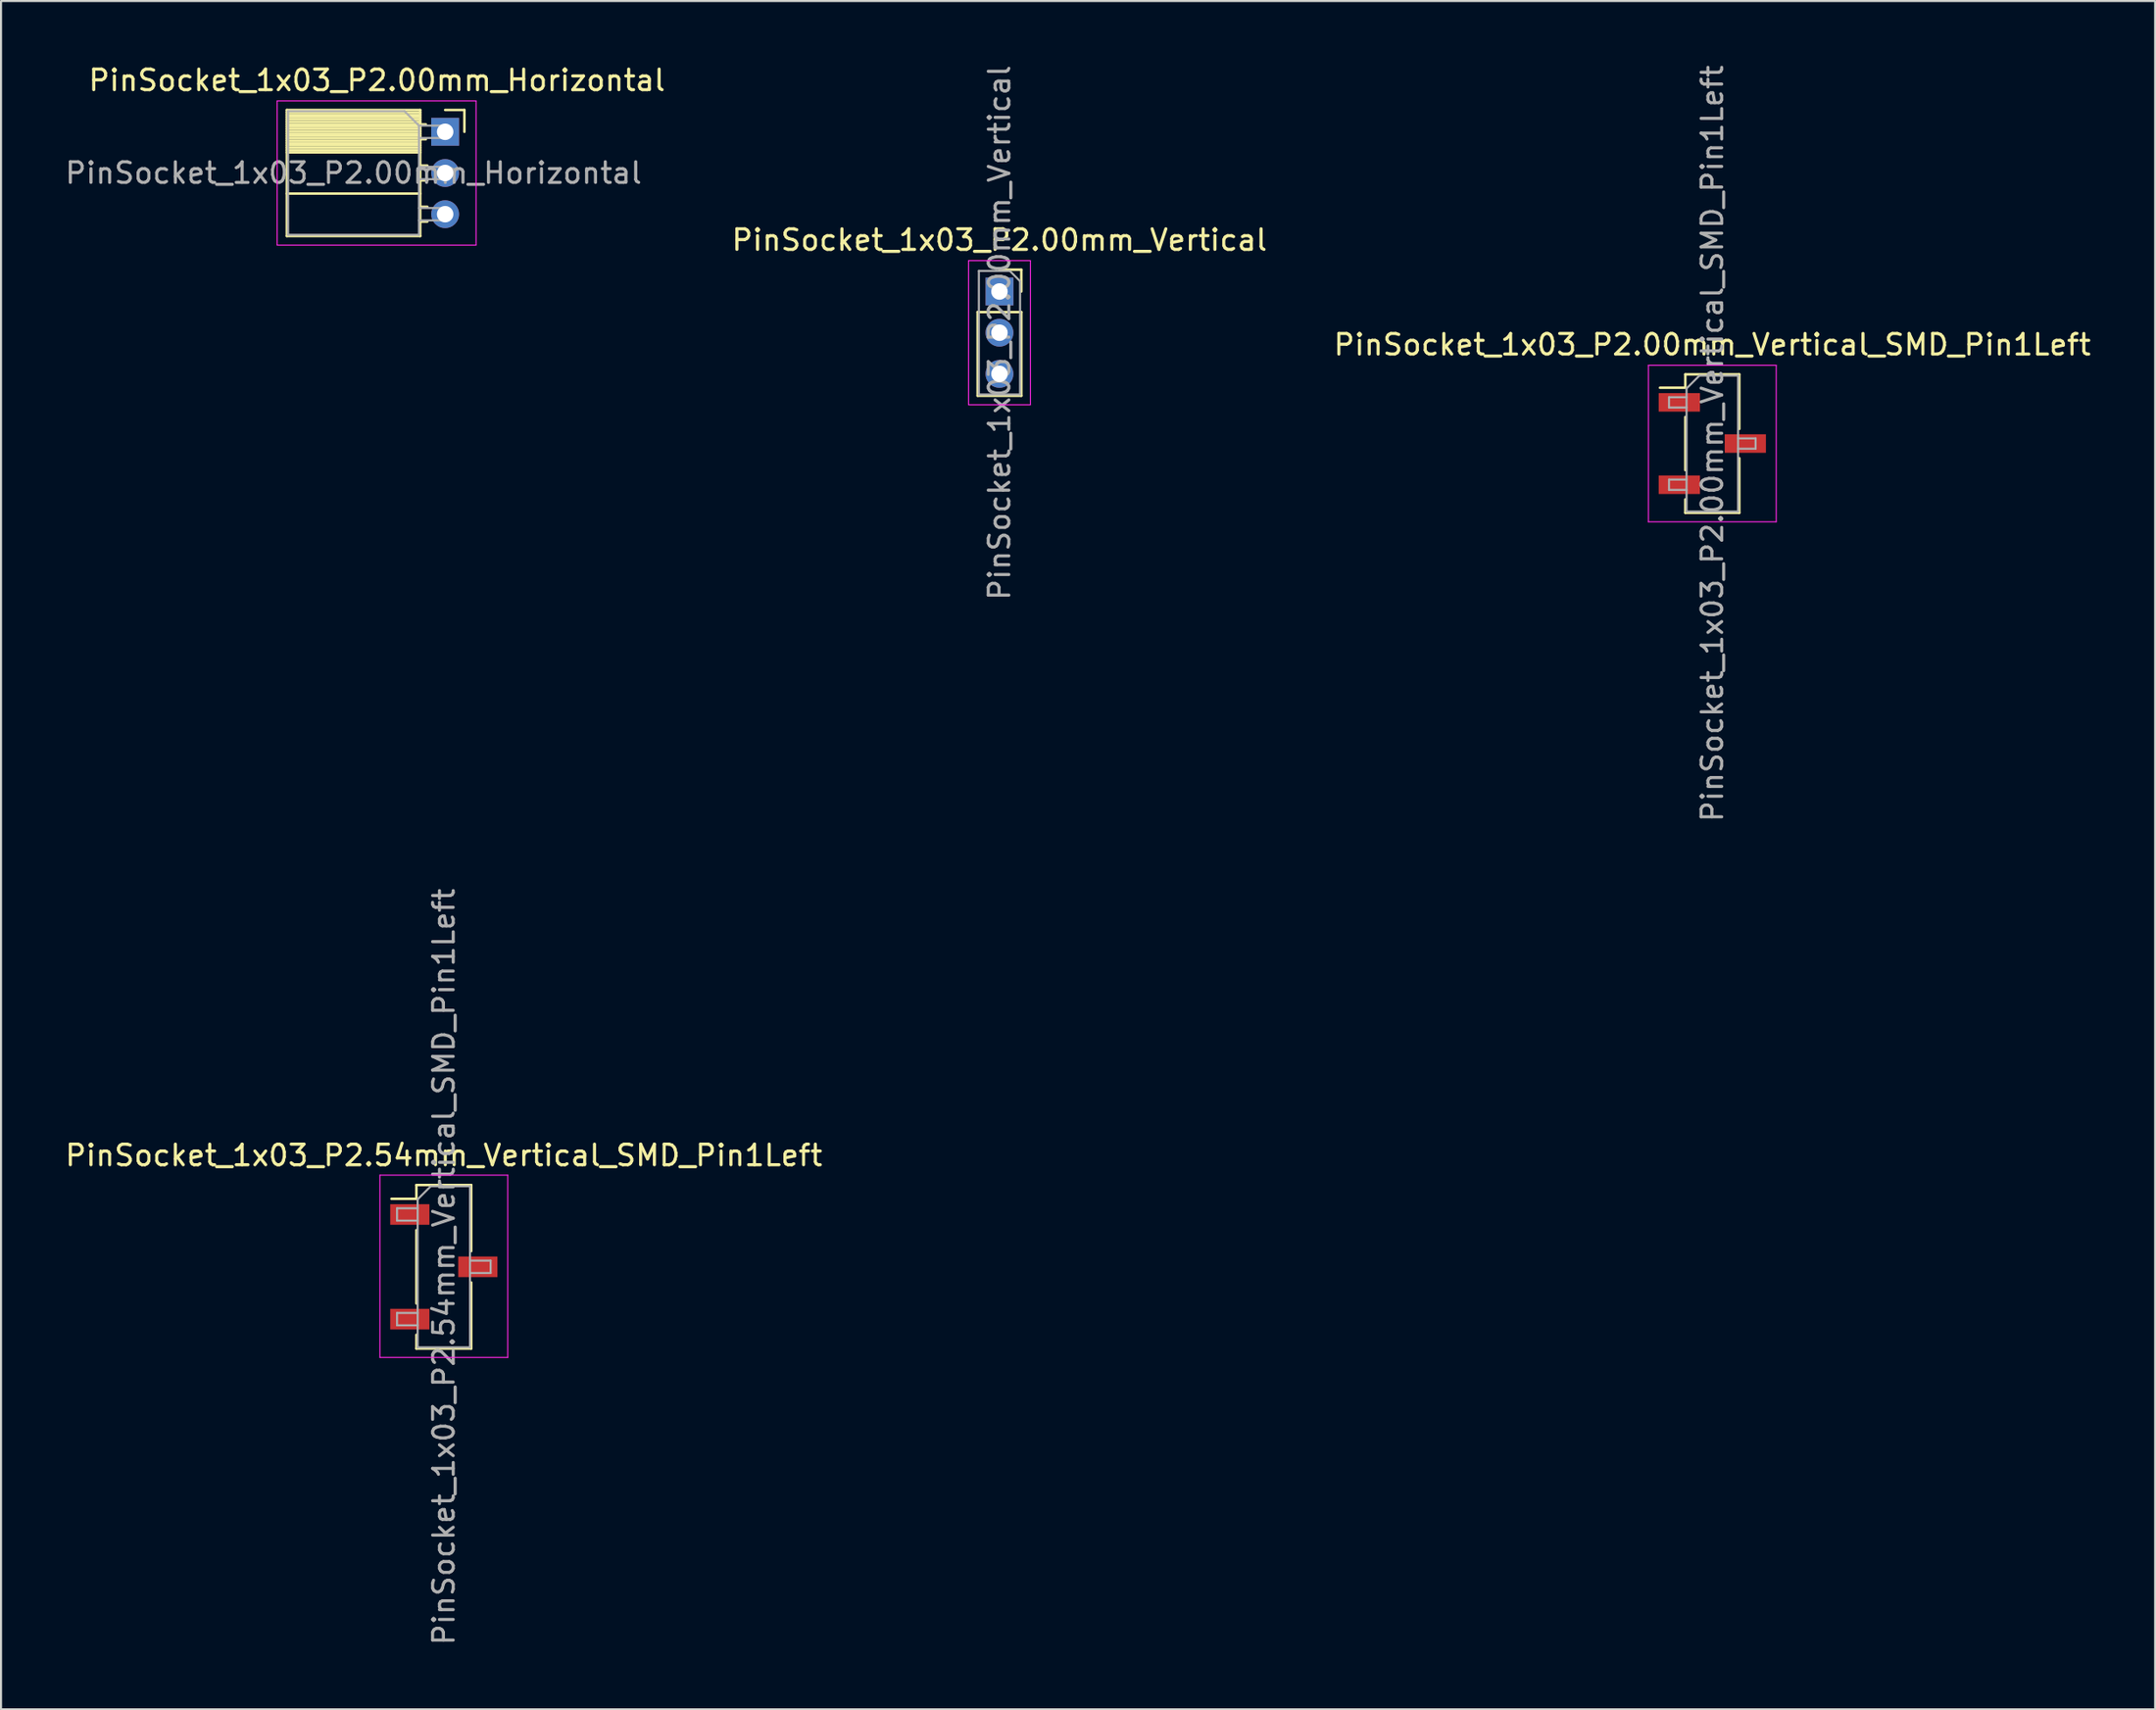
<source format=kicad_pcb>
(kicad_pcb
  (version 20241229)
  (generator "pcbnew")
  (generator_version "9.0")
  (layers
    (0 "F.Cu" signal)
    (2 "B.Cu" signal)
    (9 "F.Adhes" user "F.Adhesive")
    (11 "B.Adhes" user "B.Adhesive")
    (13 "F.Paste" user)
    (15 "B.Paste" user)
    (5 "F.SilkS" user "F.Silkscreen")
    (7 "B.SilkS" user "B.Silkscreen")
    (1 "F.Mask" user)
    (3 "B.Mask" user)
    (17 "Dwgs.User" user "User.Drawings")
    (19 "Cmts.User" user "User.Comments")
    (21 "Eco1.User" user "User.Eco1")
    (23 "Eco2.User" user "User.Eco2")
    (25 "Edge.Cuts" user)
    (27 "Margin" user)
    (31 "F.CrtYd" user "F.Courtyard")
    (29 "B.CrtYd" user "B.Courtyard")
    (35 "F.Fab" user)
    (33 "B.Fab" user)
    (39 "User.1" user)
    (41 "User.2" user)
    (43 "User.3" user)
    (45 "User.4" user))
  (footprint "PinSocket_1x03_P2.00mm_Vertical_SMD_Pin1Left"
    (layer "F.Cu")
    (at 80.022 18.482)
    (property "Reference" "PinSocket_1x03_P2.00mm_Vertical_SMD_Pin1Left" (at 0 -4.8 0) (layer "F.SilkS") (effects (font (size 1 1) (thickness 0.15))))
    (attr smd)
    (fp_line (start -2.54 -2.71) (end -1.31 -2.71) (stroke (width 0.12) (type solid)) (layer "F.SilkS"))
    (fp_line (start -1.31 -3.36) (end -1.31 -2.71) (stroke (width 0.12) (type solid)) (layer "F.SilkS"))
    (fp_line (start -1.31 -3.36) (end 1.31 -3.36) (stroke (width 0.12) (type solid)) (layer "F.SilkS"))
    (fp_line (start -1.31 -1.29) (end -1.31 1.29) (stroke (width 0.12) (type solid)) (layer "F.SilkS"))
    (fp_line (start -1.31 2.71) (end -1.31 3.36) (stroke (width 0.12) (type solid)) (layer "F.SilkS"))
    (fp_line (start -1.31 3.36) (end 1.31 3.36) (stroke (width 0.12) (type solid)) (layer "F.SilkS"))
    (fp_line (start 1.31 -3.36) (end 1.31 -0.71) (stroke (width 0.12) (type solid)) (layer "F.SilkS"))
    (fp_line (start 1.31 0.71) (end 1.31 3.36) (stroke (width 0.12) (type solid)) (layer "F.SilkS"))
    (fp_line (start -3.1 -3.8) (end 3.1 -3.8) (stroke (width 0.05) (type solid)) (layer "F.CrtYd"))
    (fp_line (start -3.1 3.8) (end -3.1 -3.8) (stroke (width 0.05) (type solid)) (layer "F.CrtYd"))
    (fp_line (start 3.1 -3.8) (end 3.1 3.8) (stroke (width 0.05) (type solid)) (layer "F.CrtYd"))
    (fp_line (start 3.1 3.8) (end -3.1 3.8) (stroke (width 0.05) (type solid)) (layer "F.CrtYd"))
    (fp_line (start -2.1 -2.25) (end -1.25 -2.25) (stroke (width 0.1) (type solid)) (layer "F.Fab"))
    (fp_line (start -2.1 -1.75) (end -2.1 -2.25) (stroke (width 0.1) (type solid)) (layer "F.Fab"))
    (fp_line (start -2.1 1.75) (end -1.25 1.75) (stroke (width 0.1) (type solid)) (layer "F.Fab"))
    (fp_line (start -2.1 2.25) (end -2.1 1.75) (stroke (width 0.1) (type solid)) (layer "F.Fab"))
    (fp_line (start -1.25 -2.675) (end -0.625 -3.3) (stroke (width 0.1) (type solid)) (layer "F.Fab"))
    (fp_line (start -1.25 -1.75) (end -2.1 -1.75) (stroke (width 0.1) (type solid)) (layer "F.Fab"))
    (fp_line (start -1.25 2.25) (end -2.1 2.25) (stroke (width 0.1) (type solid)) (layer "F.Fab"))
    (fp_line (start -1.25 3.3) (end -1.25 -2.675) (stroke (width 0.1) (type solid)) (layer "F.Fab"))
    (fp_line (start -0.625 -3.3) (end 1.25 -3.3) (stroke (width 0.1) (type solid)) (layer "F.Fab"))
    (fp_line (start 1.25 -3.3) (end 1.25 3.3) (stroke (width 0.1) (type solid)) (layer "F.Fab"))
    (fp_line (start 1.25 -0.25) (end 2.1 -0.25) (stroke (width 0.1) (type solid)) (layer "F.Fab"))
    (fp_line (start 1.25 3.3) (end -1.25 3.3) (stroke (width 0.1) (type solid)) (layer "F.Fab"))
    (fp_line (start 2.1 -0.25) (end 2.1 0.25) (stroke (width 0.1) (type solid)) (layer "F.Fab"))
    (fp_line (start 2.1 0.25) (end 1.25 0.25) (stroke (width 0.1) (type solid)) (layer "F.Fab"))
    (fp_text user "${REFERENCE}" (at 0 0 90) (layer "F.Fab") (effects (font (size 1 1) (thickness 0.15))))
    (pad "1" smd rect (at -1.6 -2) (size 2 0.9) (layers "F.Cu" "F.Mask" "F.Paste"))
    (pad "2" smd rect (at 1.6 0) (size 2 0.9) (layers "F.Cu" "F.Mask" "F.Paste"))
    (pad "3" smd rect (at -1.6 2) (size 2 0.9) (layers "F.Cu" "F.Mask" "F.Paste")))
  (footprint "PinSocket_1x03_P2.00mm_Vertical"
    (layer "F.Cu")
    (at 45.439 11.101)
    (property "Reference" "PinSocket_1x03_P2.00mm_Vertical" (at 0 -2.5 0) (layer "F.SilkS") (effects (font (size 1 1) (thickness 0.15))))
    (attr through_hole)
    (fp_line (start -1.06 1) (end -1.06 5.06) (stroke (width 0.12) (type solid)) (layer "F.SilkS"))
    (fp_line (start -1.06 1) (end 1.06 1) (stroke (width 0.12) (type solid)) (layer "F.SilkS"))
    (fp_line (start -1.06 5.06) (end 1.06 5.06) (stroke (width 0.12) (type solid)) (layer "F.SilkS"))
    (fp_line (start 0 -1.06) (end 1.06 -1.06) (stroke (width 0.12) (type solid)) (layer "F.SilkS"))
    (fp_line (start 1.06 -1.06) (end 1.06 0) (stroke (width 0.12) (type solid)) (layer "F.SilkS"))
    (fp_line (start 1.06 1) (end 1.06 5.06) (stroke (width 0.12) (type solid)) (layer "F.SilkS"))
    (fp_line (start -1.5 -1.5) (end 1.5 -1.5) (stroke (width 0.05) (type solid)) (layer "F.CrtYd"))
    (fp_line (start -1.5 5.5) (end -1.5 -1.5) (stroke (width 0.05) (type solid)) (layer "F.CrtYd"))
    (fp_line (start 1.5 -1.5) (end 1.5 5.5) (stroke (width 0.05) (type solid)) (layer "F.CrtYd"))
    (fp_line (start 1.5 5.5) (end -1.5 5.5) (stroke (width 0.05) (type solid)) (layer "F.CrtYd"))
    (fp_line (start -1 -1) (end 0.5 -1) (stroke (width 0.1) (type solid)) (layer "F.Fab"))
    (fp_line (start -1 5) (end -1 -1) (stroke (width 0.1) (type solid)) (layer "F.Fab"))
    (fp_line (start 0.5 -1) (end 1 -0.5) (stroke (width 0.1) (type solid)) (layer "F.Fab"))
    (fp_line (start 1 -0.5) (end 1 5) (stroke (width 0.1) (type solid)) (layer "F.Fab"))
    (fp_line (start 1 5) (end -1 5) (stroke (width 0.1) (type solid)) (layer "F.Fab"))
    (fp_text user "${REFERENCE}" (at 0 2 90) (layer "F.Fab") (effects (font (size 1 1) (thickness 0.15))))
    (pad "1" thru_hole rect (at 0 0) (size 1.35 1.35) (drill 0.8) (layers "*.Cu" "*.Mask"))
    (pad "2" thru_hole oval (at 0 2) (size 1.35 1.35) (drill 0.8) (layers "*.Cu" "*.Mask"))
    (pad "3" thru_hole oval (at 0 4) (size 1.35 1.35) (drill 0.8) (layers "*.Cu" "*.Mask")))
  (footprint "PinSocket_1x03_P2.54mm_Vertical_SMD_Pin1Left"
    (layer "F.Cu")
    (at 18.482 58.446)
    (property "Reference" "PinSocket_1x03_P2.54mm_Vertical_SMD_Pin1Left" (at 0 -5.41 0) (layer "F.SilkS") (effects (font (size 1 1) (thickness 0.15))))
    (attr smd)
    (fp_line (start -2.54 -3.3) (end -1.33 -3.3) (stroke (width 0.12) (type solid)) (layer "F.SilkS"))
    (fp_line (start -1.33 -3.97) (end -1.33 -3.3) (stroke (width 0.12) (type solid)) (layer "F.SilkS"))
    (fp_line (start -1.33 -3.97) (end 1.33 -3.97) (stroke (width 0.12) (type solid)) (layer "F.SilkS"))
    (fp_line (start -1.33 -1.78) (end -1.33 1.78) (stroke (width 0.12) (type solid)) (layer "F.SilkS"))
    (fp_line (start -1.33 3.3) (end -1.33 3.97) (stroke (width 0.12) (type solid)) (layer "F.SilkS"))
    (fp_line (start -1.33 3.97) (end 1.33 3.97) (stroke (width 0.12) (type solid)) (layer "F.SilkS"))
    (fp_line (start 1.33 -3.97) (end 1.33 -0.76) (stroke (width 0.12) (type solid)) (layer "F.SilkS"))
    (fp_line (start 1.33 0.76) (end 1.33 3.97) (stroke (width 0.12) (type solid)) (layer "F.SilkS"))
    (fp_line (start -3.1 -4.45) (end 3.1 -4.45) (stroke (width 0.05) (type solid)) (layer "F.CrtYd"))
    (fp_line (start -3.1 4.4) (end -3.1 -4.45) (stroke (width 0.05) (type solid)) (layer "F.CrtYd"))
    (fp_line (start 3.1 -4.45) (end 3.1 4.4) (stroke (width 0.05) (type solid)) (layer "F.CrtYd"))
    (fp_line (start 3.1 4.4) (end -3.1 4.4) (stroke (width 0.05) (type solid)) (layer "F.CrtYd"))
    (fp_line (start -2.27 -2.84) (end -1.27 -2.84) (stroke (width 0.1) (type solid)) (layer "F.Fab"))
    (fp_line (start -2.27 -2.24) (end -2.27 -2.84) (stroke (width 0.1) (type solid)) (layer "F.Fab"))
    (fp_line (start -2.27 2.24) (end -1.27 2.24) (stroke (width 0.1) (type solid)) (layer "F.Fab"))
    (fp_line (start -2.27 2.84) (end -2.27 2.24) (stroke (width 0.1) (type solid)) (layer "F.Fab"))
    (fp_line (start -1.27 -3.275) (end -0.635 -3.91) (stroke (width 0.1) (type solid)) (layer "F.Fab"))
    (fp_line (start -1.27 -2.24) (end -2.27 -2.24) (stroke (width 0.1) (type solid)) (layer "F.Fab"))
    (fp_line (start -1.27 2.84) (end -2.27 2.84) (stroke (width 0.1) (type solid)) (layer "F.Fab"))
    (fp_line (start -1.27 3.91) (end -1.27 -3.275) (stroke (width 0.1) (type solid)) (layer "F.Fab"))
    (fp_line (start -0.635 -3.91) (end 1.27 -3.91) (stroke (width 0.1) (type solid)) (layer "F.Fab"))
    (fp_line (start 1.27 -3.91) (end 1.27 3.91) (stroke (width 0.1) (type solid)) (layer "F.Fab"))
    (fp_line (start 1.27 -0.3) (end 2.27 -0.3) (stroke (width 0.1) (type solid)) (layer "F.Fab"))
    (fp_line (start 1.27 3.91) (end -1.27 3.91) (stroke (width 0.1) (type solid)) (layer "F.Fab"))
    (fp_line (start 2.27 -0.3) (end 2.27 0.3) (stroke (width 0.1) (type solid)) (layer "F.Fab"))
    (fp_line (start 2.27 0.3) (end 1.27 0.3) (stroke (width 0.1) (type solid)) (layer "F.Fab"))
    (fp_text user "${REFERENCE}" (at 0 0 90) (layer "F.Fab") (effects (font (size 1 1) (thickness 0.15))))
    (pad "1" smd rect (at -1.65 -2.54) (size 1.9 1) (layers "F.Cu" "F.Mask" "F.Paste"))
    (pad "2" smd rect (at 1.65 0) (size 1.9 1) (layers "F.Cu" "F.Mask" "F.Paste"))
    (pad "3" smd rect (at -1.65 2.54) (size 1.9 1) (layers "F.Cu" "F.Mask" "F.Paste")))
  (footprint "PinSocket_1x03_P2.00mm_Horizontal"
    (layer "F.Cu")
    (at 18.546 3.348)
    (property "Reference" "PinSocket_1x03_P2.00mm_Horizontal" (at -3.31 -2.5 0) (layer "F.SilkS") (effects (font (size 1 1) (thickness 0.15))))
    (attr through_hole)
    (fp_line (start -7.68 -1.06) (end -7.68 5.06) (stroke (width 0.12) (type solid)) (layer "F.SilkS"))
    (fp_line (start -7.68 -1.06) (end -1.21 -1.06) (stroke (width 0.12) (type solid)) (layer "F.SilkS"))
    (fp_line (start -7.68 -0.94) (end -1.21 -0.94) (stroke (width 0.12) (type solid)) (layer "F.SilkS"))
    (fp_line (start -7.68 -0.826) (end -1.21 -0.826) (stroke (width 0.12) (type solid)) (layer "F.SilkS"))
    (fp_line (start -7.68 -0.712) (end -1.21 -0.712) (stroke (width 0.12) (type solid)) (layer "F.SilkS"))
    (fp_line (start -7.68 -0.598) (end -1.21 -0.598) (stroke (width 0.12) (type solid)) (layer "F.SilkS"))
    (fp_line (start -7.68 -0.484) (end -1.21 -0.484) (stroke (width 0.12) (type solid)) (layer "F.SilkS"))
    (fp_line (start -7.68 -0.369) (end -1.21 -0.369) (stroke (width 0.12) (type solid)) (layer "F.SilkS"))
    (fp_line (start -7.68 -0.255) (end -1.21 -0.255) (stroke (width 0.12) (type solid)) (layer "F.SilkS"))
    (fp_line (start -7.68 -0.141) (end -1.21 -0.141) (stroke (width 0.12) (type solid)) (layer "F.SilkS"))
    (fp_line (start -7.68 -0.027) (end -1.21 -0.027) (stroke (width 0.12) (type solid)) (layer "F.SilkS"))
    (fp_line (start -7.68 0.087) (end -1.21 0.087) (stroke (width 0.12) (type solid)) (layer "F.SilkS"))
    (fp_line (start -7.68 0.201) (end -1.21 0.201) (stroke (width 0.12) (type solid)) (layer "F.SilkS"))
    (fp_line (start -7.68 0.315) (end -1.21 0.315) (stroke (width 0.12) (type solid)) (layer "F.SilkS"))
    (fp_line (start -7.68 0.429) (end -1.21 0.429) (stroke (width 0.12) (type solid)) (layer "F.SilkS"))
    (fp_line (start -7.68 0.544) (end -1.21 0.544) (stroke (width 0.12) (type solid)) (layer "F.SilkS"))
    (fp_line (start -7.68 0.658) (end -1.21 0.658) (stroke (width 0.12) (type solid)) (layer "F.SilkS"))
    (fp_line (start -7.68 0.772) (end -1.21 0.772) (stroke (width 0.12) (type solid)) (layer "F.SilkS"))
    (fp_line (start -7.68 0.886) (end -1.21 0.886) (stroke (width 0.12) (type solid)) (layer "F.SilkS"))
    (fp_line (start -7.68 1) (end -1.21 1) (stroke (width 0.12) (type solid)) (layer "F.SilkS"))
    (fp_line (start -7.68 3) (end -1.21 3) (stroke (width 0.12) (type solid)) (layer "F.SilkS"))
    (fp_line (start -7.68 5.06) (end -1.21 5.06) (stroke (width 0.12) (type solid)) (layer "F.SilkS"))
    (fp_line (start -1.21 -1.06) (end -1.21 5.06) (stroke (width 0.12) (type solid)) (layer "F.SilkS"))
    (fp_line (start -1.21 -0.36) (end -0.935 -0.36) (stroke (width 0.12) (type solid)) (layer "F.SilkS"))
    (fp_line (start -1.21 0.36) (end -0.935 0.36) (stroke (width 0.12) (type solid)) (layer "F.SilkS"))
    (fp_line (start -1.21 1.64) (end -0.863 1.64) (stroke (width 0.12) (type solid)) (layer "F.SilkS"))
    (fp_line (start -1.21 2.36) (end -0.863 2.36) (stroke (width 0.12) (type solid)) (layer "F.SilkS"))
    (fp_line (start -1.21 3.64) (end -0.863 3.64) (stroke (width 0.12) (type solid)) (layer "F.SilkS"))
    (fp_line (start -1.21 4.36) (end -0.863 4.36) (stroke (width 0.12) (type solid)) (layer "F.SilkS"))
    (fp_line (start 0 -1.06) (end 0.935 -1.06) (stroke (width 0.12) (type solid)) (layer "F.SilkS"))
    (fp_line (start 0.935 -1.06) (end 0.935 0) (stroke (width 0.12) (type solid)) (layer "F.SilkS"))
    (fp_line (start -8.15 -1.5) (end -8.15 5.5) (stroke (width 0.05) (type solid)) (layer "F.CrtYd"))
    (fp_line (start -8.15 5.5) (end 1.5 5.5) (stroke (width 0.05) (type solid)) (layer "F.CrtYd"))
    (fp_line (start 1.5 -1.5) (end -8.15 -1.5) (stroke (width 0.05) (type solid)) (layer "F.CrtYd"))
    (fp_line (start 1.5 5.5) (end 1.5 -1.5) (stroke (width 0.05) (type solid)) (layer "F.CrtYd"))
    (fp_line (start -7.62 -1) (end -1.97 -1) (stroke (width 0.1) (type solid)) (layer "F.Fab"))
    (fp_line (start -7.62 5) (end -7.62 -1) (stroke (width 0.1) (type solid)) (layer "F.Fab"))
    (fp_line (start -1.97 -1) (end -1.27 -0.3) (stroke (width 0.1) (type solid)) (layer "F.Fab"))
    (fp_line (start -1.27 -0.3) (end -1.27 5) (stroke (width 0.1) (type solid)) (layer "F.Fab"))
    (fp_line (start -1.27 0.3) (end 0 0.3) (stroke (width 0.1) (type solid)) (layer "F.Fab"))
    (fp_line (start -1.27 2.3) (end 0 2.3) (stroke (width 0.1) (type solid)) (layer "F.Fab"))
    (fp_line (start -1.27 4.3) (end 0 4.3) (stroke (width 0.1) (type solid)) (layer "F.Fab"))
    (fp_line (start -1.27 5) (end -7.62 5) (stroke (width 0.1) (type solid)) (layer "F.Fab"))
    (fp_line (start 0 -0.3) (end -1.27 -0.3) (stroke (width 0.1) (type solid)) (layer "F.Fab"))
    (fp_line (start 0 0.3) (end 0 -0.3) (stroke (width 0.1) (type solid)) (layer "F.Fab"))
    (fp_line (start 0 1.7) (end -1.27 1.7) (stroke (width 0.1) (type solid)) (layer "F.Fab"))
    (fp_line (start 0 2.3) (end 0 1.7) (stroke (width 0.1) (type solid)) (layer "F.Fab"))
    (fp_line (start 0 3.7) (end -1.27 3.7) (stroke (width 0.1) (type solid)) (layer "F.Fab"))
    (fp_line (start 0 4.3) (end 0 3.7) (stroke (width 0.1) (type solid)) (layer "F.Fab"))
    (fp_text user "${REFERENCE}" (at -4.445 2 0) (layer "F.Fab") (effects (font (size 1 1) (thickness 0.15))))
    (pad "1" thru_hole rect (at 0 0) (size 1.35 1.35) (drill 0.8) (layers "*.Cu" "*.Mask"))
    (pad "2" thru_hole oval (at 0 2) (size 1.35 1.35) (drill 0.8) (layers "*.Cu" "*.Mask"))
    (pad "3" thru_hole oval (at 0 4) (size 1.35 1.35) (drill 0.8) (layers "*.Cu" "*.Mask")))
  (gr_rect
    (start -3 -3)
    (end 101.504 79.929)
    (stroke (width 0.1) (type default))
    (fill no)
    (layer "Edge.Cuts")))
</source>
